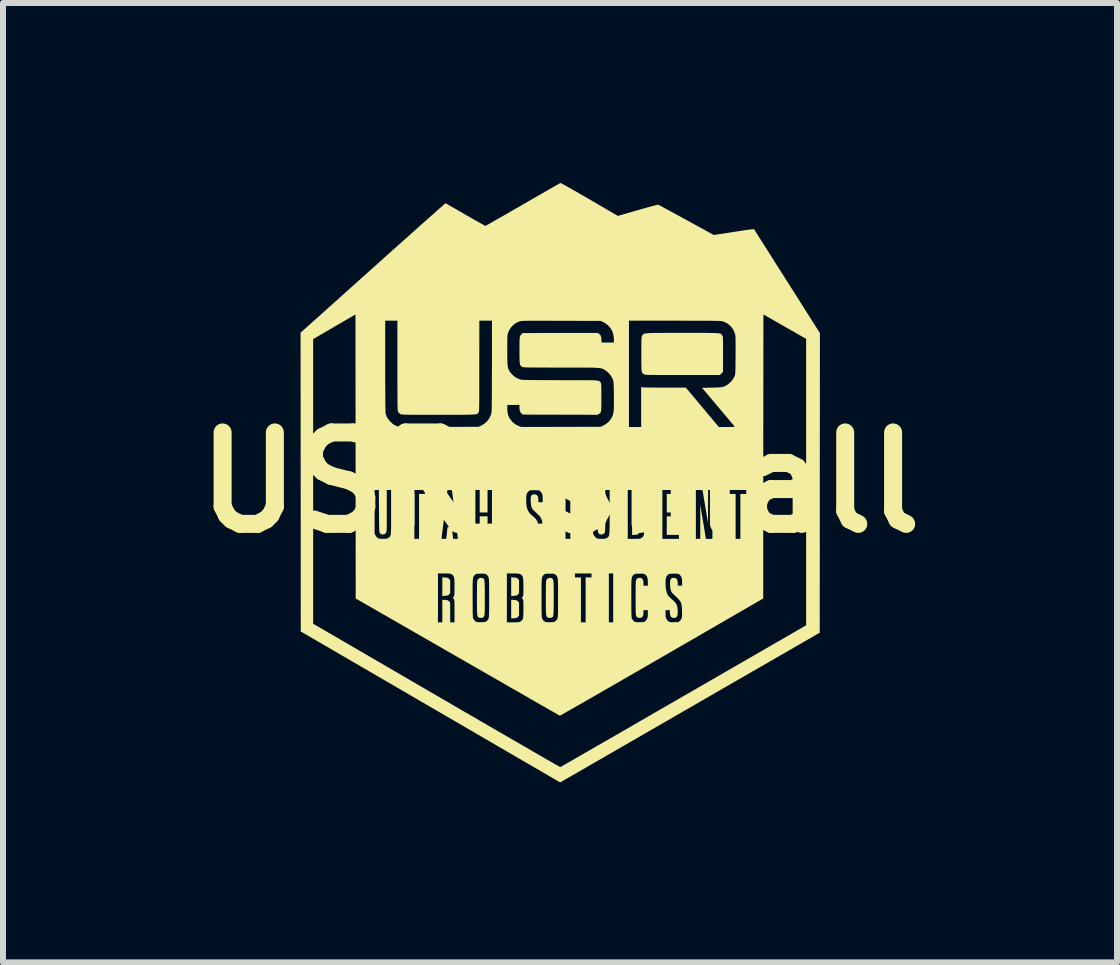
<source format=kicad_pcb>
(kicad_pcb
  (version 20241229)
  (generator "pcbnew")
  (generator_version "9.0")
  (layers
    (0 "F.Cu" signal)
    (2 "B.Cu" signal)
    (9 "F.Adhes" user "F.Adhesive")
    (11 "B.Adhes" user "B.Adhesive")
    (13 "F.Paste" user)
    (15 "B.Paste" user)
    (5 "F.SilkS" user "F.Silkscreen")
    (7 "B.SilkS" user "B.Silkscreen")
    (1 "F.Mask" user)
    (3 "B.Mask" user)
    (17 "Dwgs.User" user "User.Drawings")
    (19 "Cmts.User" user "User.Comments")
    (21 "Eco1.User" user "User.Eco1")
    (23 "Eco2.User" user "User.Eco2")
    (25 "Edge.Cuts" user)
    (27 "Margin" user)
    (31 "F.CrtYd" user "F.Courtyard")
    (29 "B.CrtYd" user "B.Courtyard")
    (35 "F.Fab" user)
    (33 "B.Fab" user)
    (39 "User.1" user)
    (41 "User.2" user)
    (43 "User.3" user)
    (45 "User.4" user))
  (footprint "USR_small"
    (layer "F.Cu")
    (at 6.285 4.993)
    (property "Reference" "USR_small" (at 0 0 0) (layer "F.SilkS") (effects (font (size 1.524 1.524) (thickness 0.3))))
    (attr board_only exclude_from_pos_files exclude_from_bom)
    (fp_poly (pts (xy -1.915 1.583) (xy -1.89 1.586) (xy -1.873 1.589) (xy -1.861 1.596) (xy -1.85 1.606) (xy -1.85 1.607) (xy -1.831 1.628) (xy -1.831 1.844) (xy -1.85 1.865) (xy -1.861 1.876) (xy -1.872 1.882) (xy -1.888 1.886) (xy -1.913 1.888) (xy -1.915 1.889) (xy -1.962 1.892) (xy -1.962 1.58)) (stroke (width 0) (type solid)) (fill yes) (layer "F.SilkS"))
    (fp_poly (pts (xy -0.767 1.583) (xy -0.741 1.586) (xy -0.724 1.589) (xy -0.713 1.596) (xy -0.702 1.606) (xy -0.701 1.607) (xy -0.683 1.628) (xy -0.683 1.844) (xy -0.701 1.865) (xy -0.712 1.876) (xy -0.724 1.882) (xy -0.74 1.886) (xy -0.764 1.888) (xy -0.767 1.889) (xy -0.814 1.892) (xy -0.814 1.58)) (stroke (width 0) (type solid)) (fill yes) (layer "F.SilkS"))
    (fp_poly (pts (xy -0.767 1.957) (xy -0.741 1.96) (xy -0.724 1.963) (xy -0.713 1.97) (xy -0.702 1.98) (xy -0.701 1.981) (xy -0.683 2.002) (xy -0.683 2.218) (xy -0.701 2.239) (xy -0.712 2.25) (xy -0.724 2.256) (xy -0.74 2.26) (xy -0.764 2.263) (xy -0.767 2.263) (xy -0.814 2.266) (xy -0.814 1.954)) (stroke (width 0) (type solid)) (fill yes) (layer "F.SilkS"))
    (fp_poly (pts (xy 1.248 0.192) (xy 1.274 0.194) (xy 1.29 0.198) (xy 1.302 0.204) (xy 1.313 0.215) (xy 1.314 0.216) (xy 1.332 0.236) (xy 1.332 0.827) (xy 1.314 0.847) (xy 1.303 0.858) (xy 1.291 0.865) (xy 1.275 0.869) (xy 1.251 0.871) (xy 1.248 0.871) (xy 1.201 0.875) (xy 1.201 0.189)) (stroke (width 0) (type solid)) (fill yes) (layer "F.SilkS"))
    (fp_poly (pts (xy -1.837 0.424) (xy -1.834 0.442) (xy -1.831 0.467) (xy -1.827 0.498) (xy -1.823 0.532) (xy -1.819 0.566) (xy -1.816 0.597) (xy -1.814 0.624) (xy -1.812 0.643) (xy -1.812 0.648) (xy -1.813 0.658) (xy -1.821 0.662) (xy -1.838 0.663) (xy -1.838 0.663) (xy -1.855 0.662) (xy -1.863 0.657) (xy -1.864 0.651) (xy -1.863 0.637) (xy -1.862 0.615) (xy -1.859 0.586) (xy -1.856 0.553) (xy -1.852 0.52) (xy -1.849 0.487) (xy -1.845 0.458) (xy -1.842 0.435) (xy -1.84 0.421) (xy -1.839 0.417)) (stroke (width 0) (type solid)) (fill yes) (layer "F.SilkS"))
    (fp_poly (pts (xy -1.286 1.595) (xy -1.279 1.599) (xy -1.272 1.605) (xy -1.267 1.612) (xy -1.263 1.622) (xy -1.26 1.637) (xy -1.258 1.657) (xy -1.256 1.684) (xy -1.255 1.719) (xy -1.254 1.762) (xy -1.254 1.816) (xy -1.254 1.881) (xy -1.254 1.923) (xy -1.254 1.995) (xy -1.254 2.055) (xy -1.254 2.104) (xy -1.255 2.144) (xy -1.257 2.175) (xy -1.258 2.199) (xy -1.261 2.216) (xy -1.265 2.229) (xy -1.269 2.238) (xy -1.275 2.244) (xy -1.282 2.249) (xy -1.286 2.251) (xy -1.305 2.256) (xy -1.329 2.257) (xy -1.35 2.253) (xy -1.354 2.251) (xy -1.361 2.246) (xy -1.367 2.241) (xy -1.372 2.233) (xy -1.376 2.223) (xy -1.379 2.208) (xy -1.381 2.187) (xy -1.383 2.16) (xy -1.384 2.125) (xy -1.384 2.081) (xy -1.385 2.026) (xy -1.385 1.961) (xy -1.385 1.923) (xy -1.385 1.844) (xy -1.384 1.778) (xy -1.384 1.725) (xy -1.382 1.683) (xy -1.381 1.653) (xy -1.379 1.634) (xy -1.378 1.626) (xy -1.36 1.604) (xy -1.336 1.591) (xy -1.309 1.588)) (stroke (width 0) (type solid)) (fill yes) (layer "F.SilkS"))
    (fp_poly (pts (xy -0.137 1.595) (xy -0.13 1.599) (xy -0.124 1.605) (xy -0.119 1.612) (xy -0.115 1.622) (xy -0.111 1.637) (xy -0.109 1.657) (xy -0.107 1.684) (xy -0.106 1.719) (xy -0.105 1.762) (xy -0.105 1.816) (xy -0.105 1.881) (xy -0.105 1.923) (xy -0.105 1.995) (xy -0.105 2.055) (xy -0.106 2.104) (xy -0.107 2.144) (xy -0.108 2.175) (xy -0.11 2.199) (xy -0.113 2.216) (xy -0.116 2.229) (xy -0.121 2.238) (xy -0.126 2.244) (xy -0.133 2.249) (xy -0.137 2.251) (xy -0.157 2.256) (xy -0.18 2.257) (xy -0.201 2.253) (xy -0.205 2.251) (xy -0.212 2.246) (xy -0.218 2.241) (xy -0.223 2.233) (xy -0.227 2.223) (xy -0.23 2.208) (xy -0.233 2.187) (xy -0.234 2.16) (xy -0.235 2.125) (xy -0.236 2.081) (xy -0.236 2.026) (xy -0.236 1.961) (xy -0.236 1.923) (xy -0.236 1.844) (xy -0.236 1.778) (xy -0.235 1.725) (xy -0.234 1.683) (xy -0.232 1.653) (xy -0.231 1.634) (xy -0.229 1.626) (xy -0.211 1.604) (xy -0.187 1.591) (xy -0.161 1.588)) (stroke (width 0) (type solid)) (fill yes) (layer "F.SilkS"))
    (fp_poly (pts (xy 2.322 -2.494) (xy 2.393 -2.494) (xy 2.454 -2.494) (xy 2.506 -2.493) (xy 2.549 -2.492) (xy 2.585 -2.491) (xy 2.614 -2.49) (xy 2.638 -2.488) (xy 2.656 -2.485) (xy 2.669 -2.482) (xy 2.679 -2.479) (xy 2.687 -2.475) (xy 2.692 -2.47) (xy 2.696 -2.465) (xy 2.7 -2.458) (xy 2.704 -2.452) (xy 2.707 -2.446) (xy 2.71 -2.44) (xy 2.712 -2.431) (xy 2.714 -2.42) (xy 2.715 -2.404) (xy 2.716 -2.382) (xy 2.716 -2.354) (xy 2.717 -2.317) (xy 2.717 -2.272) (xy 2.717 -2.215) (xy 2.717 -2.147) (xy 2.717 -1.843) (xy 2.666 -1.792) (xy 2.044 -1.792) (xy 1.939 -1.792) (xy 1.847 -1.792) (xy 1.767 -1.792) (xy 1.697 -1.792) (xy 1.637 -1.792) (xy 1.586 -1.793) (xy 1.543 -1.793) (xy 1.508 -1.793) (xy 1.48 -1.794) (xy 1.458 -1.795) (xy 1.44 -1.796) (xy 1.427 -1.797) (xy 1.418 -1.798) (xy 1.411 -1.8) (xy 1.405 -1.802) (xy 1.401 -1.804) (xy 1.4 -1.805) (xy 1.39 -1.811) (xy 1.381 -1.817) (xy 1.374 -1.824) (xy 1.368 -1.832) (xy 1.364 -1.845) (xy 1.361 -1.861) (xy 1.358 -1.883) (xy 1.357 -1.912) (xy 1.356 -1.949) (xy 1.355 -1.995) (xy 1.355 -2.052) (xy 1.355 -2.12) (xy 1.355 -2.139) (xy 1.355 -2.208) (xy 1.355 -2.265) (xy 1.356 -2.311) (xy 1.356 -2.348) (xy 1.357 -2.376) (xy 1.357 -2.398) (xy 1.359 -2.414) (xy 1.36 -2.426) (xy 1.363 -2.434) (xy 1.365 -2.441) (xy 1.369 -2.447) (xy 1.37 -2.449) (xy 1.375 -2.457) (xy 1.379 -2.463) (xy 1.383 -2.469) (xy 1.389 -2.474) (xy 1.397 -2.478) (xy 1.407 -2.482) (xy 1.422 -2.485) (xy 1.44 -2.487) (xy 1.464 -2.489) (xy 1.494 -2.491) (xy 1.53 -2.492) (xy 1.575 -2.493) (xy 1.627 -2.493) (xy 1.689 -2.494) (xy 1.761 -2.494) (xy 1.843 -2.494) (xy 1.937 -2.494) (xy 2.042 -2.494) (xy 2.147 -2.494) (xy 2.241 -2.494)) (stroke (width 0) (type solid)) (fill yes) (layer "F.SilkS"))
    (fp_poly (pts (xy 0.015 -4.99) (xy 0.032 -4.981) (xy 0.06 -4.966) (xy 0.097 -4.946) (xy 0.141 -4.921) (xy 0.194 -4.891) (xy 0.253 -4.858) (xy 0.318 -4.82) (xy 0.388 -4.78) (xy 0.462 -4.737) (xy 0.491 -4.72) (xy 0.964 -4.444) (xy 1.294 -4.539) (xy 1.371 -4.561) (xy 1.436 -4.58) (xy 1.49 -4.595) (xy 1.534 -4.607) (xy 1.569 -4.616) (xy 1.597 -4.623) (xy 1.617 -4.627) (xy 1.63 -4.629) (xy 1.639 -4.629) (xy 1.641 -4.629) (xy 1.649 -4.625) (xy 1.668 -4.615) (xy 1.696 -4.6) (xy 1.734 -4.58) (xy 1.779 -4.555) (xy 1.831 -4.527) (xy 1.889 -4.495) (xy 1.952 -4.461) (xy 2.02 -4.424) (xy 2.09 -4.385) (xy 2.11 -4.375) (xy 2.562 -4.126) (xy 2.896 -4.177) (xy 2.973 -4.189) (xy 3.037 -4.199) (xy 3.09 -4.206) (xy 3.134 -4.213) (xy 3.168 -4.217) (xy 3.194 -4.22) (xy 3.213 -4.222) (xy 3.225 -4.222) (xy 3.233 -4.221) (xy 3.236 -4.219) (xy 3.236 -4.219) (xy 3.24 -4.213) (xy 3.251 -4.196) (xy 3.268 -4.169) (xy 3.291 -4.133) (xy 3.319 -4.088) (xy 3.353 -4.035) (xy 3.391 -3.975) (xy 3.433 -3.908) (xy 3.48 -3.835) (xy 3.53 -3.756) (xy 3.583 -3.671) (xy 3.639 -3.583) (xy 3.698 -3.491) (xy 3.759 -3.395) (xy 3.787 -3.351) (xy 4.332 -2.491) (xy 4.33 0.006) (xy 4.329 2.503) (xy 3.485 2.99) (xy 3.395 3.042) (xy 3.294 3.1) (xy 3.184 3.163) (xy 3.066 3.232) (xy 2.94 3.304) (xy 2.808 3.38) (xy 2.671 3.459) (xy 2.53 3.541) (xy 2.386 3.624) (xy 2.24 3.708) (xy 2.092 3.793) (xy 1.945 3.878) (xy 1.798 3.963) (xy 1.654 4.046) (xy 1.512 4.128) (xy 1.375 4.207) (xy 1.322 4.238) (xy 0.002 4.999) (xy -4.322 2.483) (xy -4.322 2.354) (xy -4.115 2.354) (xy -2.059 3.55) (xy -1.907 3.638) (xy -1.758 3.725) (xy -1.612 3.81) (xy -1.47 3.892) (xy -1.332 3.972) (xy -1.198 4.05) (xy -1.069 4.125) (xy -0.946 4.196) (xy -0.828 4.265) (xy -0.716 4.329) (xy -0.611 4.39) (xy -0.512 4.447) (xy -0.421 4.5) (xy -0.338 4.548) (xy -0.263 4.591) (xy -0.196 4.63) (xy -0.138 4.663) (xy -0.09 4.691) (xy -0.051 4.713) (xy -0.022 4.729) (xy -0.004 4.74) (xy 0.004 4.743) (xy 0.004 4.744) (xy 0.01 4.74) (xy 0.027 4.73) (xy 0.055 4.715) (xy 0.093 4.693) (xy 0.14 4.666) (xy 0.197 4.633) (xy 0.263 4.595) (xy 0.337 4.552) (xy 0.42 4.505) (xy 0.51 4.453) (xy 0.608 4.396) (xy 0.713 4.336) (xy 0.824 4.272) (xy 0.941 4.205) (xy 1.064 4.134) (xy 1.192 4.06) (xy 1.325 3.983) (xy 1.463 3.903) (xy 1.605 3.821) (xy 1.751 3.737) (xy 1.899 3.652) (xy 2.051 3.564) (xy 2.057 3.561) (xy 4.102 2.38) (xy 4.102 -2.395) (xy 3.746 -2.598) (xy 3.39 -2.802) (xy 3.388 -0.434) (xy 3.387 1.933) (xy 1.696 2.911) (xy 1.558 2.991) (xy 1.423 3.069) (xy 1.291 3.145) (xy 1.163 3.218) (xy 1.04 3.29) (xy 0.921 3.358) (xy 0.807 3.424) (xy 0.699 3.486) (xy 0.597 3.545) (xy 0.501 3.6) (xy 0.412 3.651) (xy 0.331 3.698) (xy 0.257 3.74) (xy 0.192 3.777) (xy 0.135 3.809) (xy 0.088 3.836) (xy 0.05 3.858) (xy 0.022 3.874) (xy 0.004 3.883) (xy -0.002 3.887) (xy -0.002 3.887) (xy -0.009 3.883) (xy -0.026 3.874) (xy -0.053 3.858) (xy -0.091 3.836) (xy -0.139 3.809) (xy -0.195 3.777) (xy -0.26 3.74) (xy -0.334 3.698) (xy -0.415 3.651) (xy -0.504 3.6) (xy -0.599 3.545) (xy -0.701 3.487) (xy -0.81 3.425) (xy -0.923 3.359) (xy -1.042 3.291) (xy -1.166 3.22) (xy -1.294 3.146) (xy -1.426 3.071) (xy -1.561 2.993) (xy -1.699 2.914) (xy -1.708 2.909) (xy -2.715 2.33) (xy -2.035 2.33) (xy -1.962 2.33) (xy -1.962 1.954) (xy -1.915 1.957) (xy -1.89 1.96) (xy -1.873 1.963) (xy -1.861 1.97) (xy -1.85 1.98) (xy -1.85 1.981) (xy -1.831 2.002) (xy -1.831 2.33) (xy -1.759 2.33) (xy -0.886 2.33) (xy -0.783 2.33) (xy -0.743 2.33) (xy -0.715 2.329) (xy -0.695 2.328) (xy -0.68 2.326) (xy -0.67 2.322) (xy -0.661 2.317) (xy -0.656 2.314) (xy -0.642 2.304) (xy -0.631 2.294) (xy -0.624 2.281) (xy -0.618 2.264) (xy -0.614 2.242) (xy -0.612 2.212) (xy -0.611 2.173) (xy -0.61 2.124) (xy -0.61 2.105) (xy -0.61 2.057) (xy -0.611 2.021) (xy -0.611 1.994) (xy -0.613 1.974) (xy -0.614 1.961) (xy -0.617 1.952) (xy -0.621 1.945) (xy -0.624 1.94) (xy -0.638 1.923) (xy -0.637 1.922) (xy -0.308 1.922) (xy -0.308 2.008) (xy -0.308 2.082) (xy -0.307 2.143) (xy -0.306 2.192) (xy -0.305 2.228) (xy -0.303 2.252) (xy -0.301 2.262) (xy -0.29 2.283) (xy -0.272 2.304) (xy -0.253 2.32) (xy -0.246 2.324) (xy -0.234 2.326) (xy -0.213 2.328) (xy -0.185 2.328) (xy -0.163 2.328) (xy -0.132 2.327) (xy -0.11 2.326) (xy -0.096 2.323) (xy -0.086 2.319) (xy -0.077 2.311) (xy -0.072 2.307) (xy -0.063 2.299) (xy -0.056 2.291) (xy -0.05 2.283) (xy -0.045 2.272) (xy -0.041 2.259) (xy -0.038 2.241) (xy -0.036 2.219) (xy -0.035 2.189) (xy -0.034 2.152) (xy -0.033 2.107) (xy -0.033 2.051) (xy -0.033 1.984) (xy -0.033 1.923) (xy -0.033 1.847) (xy -0.033 1.782) (xy -0.033 1.729) (xy -0.034 1.685) (xy -0.035 1.65) (xy -0.037 1.622) (xy -0.039 1.601) (xy -0.042 1.584) (xy -0.043 1.582) (xy 0.249 1.582) (xy 0.348 1.582) (xy 0.348 2.33) (xy 0.427 2.33) (xy 0.814 2.33) (xy 0.886 2.33) (xy 0.886 1.922) (xy 1.188 1.922) (xy 1.188 2.008) (xy 1.189 2.082) (xy 1.189 2.143) (xy 1.19 2.192) (xy 1.192 2.228) (xy 1.193 2.252) (xy 1.195 2.262) (xy 1.207 2.283) (xy 1.224 2.304) (xy 1.243 2.32) (xy 1.25 2.324) (xy 1.262 2.326) (xy 1.284 2.328) (xy 1.312 2.328) (xy 1.334 2.328) (xy 1.365 2.327) (xy 1.386 2.326) (xy 1.4 2.323) (xy 1.411 2.319) (xy 1.42 2.311) (xy 1.425 2.307) (xy 1.442 2.287) (xy 1.454 2.266) (xy 1.461 2.239) (xy 1.463 2.204) (xy 1.464 2.186) (xy 1.464 2.185) (xy 1.759 2.185) (xy 1.76 2.223) (xy 1.764 2.251) (xy 1.771 2.272) (xy 1.783 2.29) (xy 1.791 2.299) (xy 1.804 2.312) (xy 1.817 2.321) (xy 1.833 2.326) (xy 1.855 2.328) (xy 1.885 2.329) (xy 1.905 2.328) (xy 1.975 2.327) (xy 1.998 2.304) (xy 2.012 2.289) (xy 2.022 2.274) (xy 2.029 2.255) (xy 2.033 2.232) (xy 2.034 2.201) (xy 2.034 2.16) (xy 2.033 2.14) (xy 2.031 2.094) (xy 2.028 2.056) (xy 2.022 2.025) (xy 2.013 1.998) (xy 1.998 1.972) (xy 1.978 1.947) (xy 1.951 1.918) (xy 1.915 1.884) (xy 1.895 1.866) (xy 1.873 1.845) (xy 1.857 1.823) (xy 1.847 1.798) (xy 1.84 1.768) (xy 1.836 1.728) (xy 1.835 1.715) (xy 1.834 1.67) (xy 1.837 1.636) (xy 1.845 1.612) (xy 1.858 1.597) (xy 1.878 1.59) (xy 1.897 1.588) (xy 1.925 1.593) (xy 1.945 1.608) (xy 1.957 1.634) (xy 1.962 1.67) (xy 1.962 1.68) (xy 1.962 1.72) (xy 2.035 1.72) (xy 2.035 1.66) (xy 2.033 1.621) (xy 2.028 1.591) (xy 2.019 1.568) (xy 2.004 1.548) (xy 1.996 1.539) (xy 1.986 1.531) (xy 1.978 1.525) (xy 1.967 1.522) (xy 1.951 1.52) (xy 1.928 1.519) (xy 1.897 1.519) (xy 1.864 1.52) (xy 1.841 1.52) (xy 1.826 1.522) (xy 1.815 1.525) (xy 1.807 1.531) (xy 1.798 1.539) (xy 1.782 1.556) (xy 1.772 1.573) (xy 1.765 1.594) (xy 1.761 1.622) (xy 1.759 1.658) (xy 1.759 1.678) (xy 1.761 1.742) (xy 1.768 1.795) (xy 1.78 1.839) (xy 1.797 1.876) (xy 1.821 1.907) (xy 1.846 1.931) (xy 1.884 1.963) (xy 1.912 1.991) (xy 1.932 2.016) (xy 1.946 2.042) (xy 1.955 2.07) (xy 1.959 2.103) (xy 1.961 2.134) (xy 1.961 2.178) (xy 1.957 2.212) (xy 1.948 2.236) (xy 1.933 2.25) (xy 1.911 2.257) (xy 1.897 2.258) (xy 1.869 2.253) (xy 1.849 2.238) (xy 1.837 2.212) (xy 1.831 2.176) (xy 1.831 2.166) (xy 1.831 2.127) (xy 1.759 2.127) (xy 1.759 2.185) (xy 1.464 2.185) (xy 1.464 2.127) (xy 1.391 2.127) (xy 1.391 2.166) (xy 1.388 2.205) (xy 1.377 2.233) (xy 1.359 2.25) (xy 1.333 2.258) (xy 1.326 2.258) (xy 1.299 2.253) (xy 1.279 2.239) (xy 1.27 2.225) (xy 1.268 2.219) (xy 1.266 2.209) (xy 1.264 2.195) (xy 1.263 2.175) (xy 1.262 2.149) (xy 1.261 2.115) (xy 1.261 2.071) (xy 1.26 2.018) (xy 1.26 1.952) (xy 1.26 1.923) (xy 1.26 1.853) (xy 1.26 1.795) (xy 1.261 1.747) (xy 1.261 1.71) (xy 1.262 1.68) (xy 1.263 1.658) (xy 1.265 1.642) (xy 1.267 1.631) (xy 1.269 1.623) (xy 1.27 1.621) (xy 1.286 1.6) (xy 1.309 1.59) (xy 1.326 1.588) (xy 1.354 1.593) (xy 1.374 1.608) (xy 1.386 1.634) (xy 1.391 1.67) (xy 1.391 1.68) (xy 1.391 1.72) (xy 1.464 1.72) (xy 1.464 1.66) (xy 1.462 1.621) (xy 1.457 1.591) (xy 1.448 1.568) (xy 1.433 1.548) (xy 1.425 1.539) (xy 1.415 1.531) (xy 1.407 1.525) (xy 1.396 1.522) (xy 1.38 1.52) (xy 1.357 1.519) (xy 1.326 1.519) (xy 1.293 1.52) (xy 1.27 1.52) (xy 1.255 1.522) (xy 1.244 1.525) (xy 1.236 1.531) (xy 1.227 1.539) (xy 1.218 1.547) (xy 1.211 1.555) (xy 1.205 1.563) (xy 1.2 1.574) (xy 1.197 1.587) (xy 1.194 1.605) (xy 1.191 1.628) (xy 1.19 1.657) (xy 1.189 1.694) (xy 1.188 1.74) (xy 1.188 1.795) (xy 1.188 1.862) (xy 1.188 1.922) (xy 0.886 1.922) (xy 0.886 1.516) (xy 0.814 1.516) (xy 0.814 2.33) (xy 0.427 2.33) (xy 0.427 1.582) (xy 0.525 1.582) (xy 0.525 1.516) (xy 0.249 1.516) (xy 0.249 1.582) (xy -0.043 1.582) (xy -0.046 1.571) (xy -0.051 1.562) (xy -0.057 1.553) (xy -0.065 1.546) (xy -0.072 1.539) (xy -0.081 1.531) (xy -0.09 1.525) (xy -0.1 1.522) (xy -0.116 1.52) (xy -0.139 1.519) (xy -0.171 1.519) (xy -0.204 1.52) (xy -0.227 1.52) (xy -0.242 1.522) (xy -0.252 1.525) (xy -0.261 1.531) (xy -0.269 1.539) (xy -0.278 1.547) (xy -0.285 1.555) (xy -0.291 1.563) (xy -0.296 1.574) (xy -0.3 1.587) (xy -0.303 1.605) (xy -0.305 1.628) (xy -0.307 1.657) (xy -0.308 1.694) (xy -0.308 1.74) (xy -0.308 1.795) (xy -0.308 1.862) (xy -0.308 1.922) (xy -0.637 1.922) (xy -0.624 1.906) (xy -0.62 1.899) (xy -0.616 1.892) (xy -0.614 1.882) (xy -0.612 1.867) (xy -0.611 1.845) (xy -0.611 1.816) (xy -0.61 1.776) (xy -0.61 1.741) (xy -0.611 1.687) (xy -0.612 1.644) (xy -0.614 1.611) (xy -0.618 1.586) (xy -0.623 1.567) (xy -0.631 1.553) (xy -0.642 1.542) (xy -0.656 1.532) (xy -0.659 1.53) (xy -0.668 1.525) (xy -0.679 1.521) (xy -0.693 1.518) (xy -0.713 1.517) (xy -0.741 1.516) (xy -0.78 1.516) (xy -0.783 1.516) (xy -0.886 1.516) (xy -0.886 2.33) (xy -1.759 2.33) (xy -1.759 2.144) (xy -1.759 2.089) (xy -1.759 2.047) (xy -1.76 2.014) (xy -1.76 1.989) (xy -1.762 1.972) (xy -1.764 1.96) (xy -1.766 1.951) (xy -1.769 1.945) (xy -1.773 1.94) (xy -1.786 1.923) (xy -1.786 1.922) (xy -1.457 1.922) (xy -1.457 2.008) (xy -1.456 2.082) (xy -1.456 2.143) (xy -1.455 2.192) (xy -1.453 2.228) (xy -1.452 2.252) (xy -1.45 2.262) (xy -1.438 2.283) (xy -1.421 2.304) (xy -1.402 2.32) (xy -1.395 2.324) (xy -1.383 2.326) (xy -1.361 2.328) (xy -1.334 2.328) (xy -1.311 2.328) (xy -1.28 2.327) (xy -1.259 2.326) (xy -1.245 2.323) (xy -1.234 2.319) (xy -1.225 2.311) (xy -1.22 2.307) (xy -1.212 2.299) (xy -1.205 2.291) (xy -1.199 2.283) (xy -1.194 2.272) (xy -1.19 2.259) (xy -1.187 2.241) (xy -1.185 2.219) (xy -1.183 2.189) (xy -1.182 2.152) (xy -1.182 2.107) (xy -1.181 2.051) (xy -1.181 1.984) (xy -1.181 1.923) (xy -1.181 1.847) (xy -1.182 1.782) (xy -1.182 1.729) (xy -1.182 1.685) (xy -1.184 1.65) (xy -1.185 1.622) (xy -1.188 1.601) (xy -1.191 1.584) (xy -1.195 1.571) (xy -1.2 1.562) (xy -1.206 1.553) (xy -1.214 1.546) (xy -1.22 1.539) (xy -1.23 1.531) (xy -1.238 1.525) (xy -1.249 1.522) (xy -1.265 1.52) (xy -1.288 1.519) (xy -1.319 1.519) (xy -1.352 1.52) (xy -1.375 1.52) (xy -1.39 1.522) (xy -1.401 1.525) (xy -1.409 1.531) (xy -1.418 1.539) (xy -1.427 1.547) (xy -1.434 1.555) (xy -1.44 1.563) (xy -1.445 1.574) (xy -1.449 1.587) (xy -1.451 1.605) (xy -1.454 1.628) (xy -1.455 1.657) (xy -1.456 1.694) (xy -1.457 1.74) (xy -1.457 1.795) (xy -1.457 1.862) (xy -1.457 1.922) (xy -1.786 1.922) (xy -1.773 1.906) (xy -1.768 1.899) (xy -1.765 1.892) (xy -1.762 1.882) (xy -1.761 1.867) (xy -1.76 1.845) (xy -1.759 1.816) (xy -1.759 1.776) (xy -1.759 1.741) (xy -1.759 1.687) (xy -1.76 1.644) (xy -1.762 1.611) (xy -1.766 1.586) (xy -1.772 1.567) (xy -1.78 1.553) (xy -1.79 1.542) (xy -1.804 1.532) (xy -1.807 1.53) (xy -1.817 1.525) (xy -1.828 1.521) (xy -1.842 1.518) (xy -1.862 1.517) (xy -1.89 1.516) (xy -1.928 1.516) (xy -1.932 1.516) (xy -2.035 1.516) (xy -2.035 2.33) (xy -2.715 2.33) (xy -3.406 1.933) (xy -3.407 0.85) (xy -3.091 0.85) (xy -3.077 0.88) (xy -3.063 0.901) (xy -3.046 0.919) (xy -3.039 0.924) (xy -3.027 0.931) (xy -3.014 0.935) (xy -2.997 0.937) (xy -2.972 0.938) (xy -2.951 0.939) (xy -2.919 0.938) (xy -2.898 0.937) (xy -2.883 0.934) (xy -2.871 0.929) (xy -2.861 0.923) (xy -2.851 0.916) (xy -2.844 0.91) (xy -2.837 0.904) (xy -2.831 0.895) (xy -2.827 0.884) (xy -2.823 0.869) (xy -2.821 0.849) (xy -2.819 0.823) (xy -2.817 0.79) (xy -2.816 0.749) (xy -2.816 0.699) (xy -2.816 0.639) (xy -2.816 0.568) (xy -2.816 0.493) (xy -2.816 0.19) (xy -2.527 0.19) (xy -2.428 0.19) (xy -2.428 0.939) (xy -2.35 0.939) (xy -2.35 0.936) (xy -1.976 0.936) (xy -1.97 0.937) (xy -1.954 0.938) (xy -1.937 0.939) (xy -1.898 0.939) (xy -1.894 0.911) (xy -1.891 0.887) (xy -1.887 0.858) (xy -1.884 0.827) (xy -1.881 0.798) (xy -1.879 0.773) (xy -1.877 0.757) (xy -1.877 0.753) (xy -1.875 0.747) (xy -1.867 0.743) (xy -1.85 0.742) (xy -1.839 0.742) (xy -1.8 0.742) (xy -1.792 0.84) (xy -1.783 0.939) (xy -1.702 0.939) (xy -1.411 0.939) (xy -1.339 0.939) (xy -1.339 0.564) (xy -1.208 0.564) (xy -1.208 0.939) (xy -1.135 0.939) (xy -1.135 0.794) (xy -0.564 0.794) (xy -0.563 0.831) (xy -0.56 0.859) (xy -0.553 0.881) (xy -0.541 0.899) (xy -0.533 0.908) (xy -0.52 0.921) (xy -0.507 0.929) (xy -0.491 0.934) (xy -0.469 0.937) (xy -0.438 0.937) (xy -0.419 0.937) (xy -0.349 0.935) (xy -0.325 0.913) (xy -0.311 0.898) (xy -0.301 0.882) (xy -0.295 0.864) (xy -0.291 0.84) (xy -0.289 0.809) (xy -0.29 0.769) (xy -0.29 0.749) (xy -0.292 0.702) (xy -0.296 0.665) (xy -0.301 0.633) (xy -0.311 0.606) (xy -0.325 0.581) (xy -0.345 0.555) (xy -0.373 0.527) (xy -0.409 0.493) (xy -0.428 0.475) (xy -0.45 0.453) (xy -0.466 0.432) (xy -0.477 0.407) (xy -0.483 0.376) (xy -0.488 0.337) (xy -0.488 0.324) (xy -0.49 0.278) (xy -0.487 0.245) (xy -0.479 0.221) (xy -0.465 0.206) (xy -0.446 0.198) (xy -0.427 0.197) (xy -0.399 0.202) (xy -0.379 0.217) (xy -0.366 0.242) (xy -0.361 0.279) (xy -0.361 0.288) (xy -0.361 0.328) (xy -0.289 0.328) (xy -0.289 0.269) (xy -0.29 0.229) (xy -0.295 0.2) (xy -0.299 0.19) (xy -0.007 0.19) (xy 0.092 0.19) (xy 0.092 0.939) (xy 0.171 0.939) (xy 0.171 0.85) (xy 0.551 0.85) (xy 0.566 0.88) (xy 0.58 0.901) (xy 0.597 0.919) (xy 0.603 0.924) (xy 0.615 0.931) (xy 0.628 0.935) (xy 0.646 0.937) (xy 0.671 0.938) (xy 0.692 0.939) (xy 1.129 0.939) (xy 1.232 0.939) (xy 1.706 0.939) (xy 1.982 0.939) (xy 2.264 0.939) (xy 2.337 0.939) (xy 2.338 0.371) (xy 2.362 0.519) (xy 2.371 0.573) (xy 2.381 0.633) (xy 2.392 0.695) (xy 2.401 0.754) (xy 2.409 0.802) (xy 2.431 0.939) (xy 2.54 0.939) (xy 2.54 0.19) (xy 2.829 0.19) (xy 2.927 0.19) (xy 2.927 0.939) (xy 3.006 0.939) (xy 3.006 0.19) (xy 3.104 0.19) (xy 3.104 0.125) (xy 2.829 0.125) (xy 2.829 0.19) (xy 2.54 0.19) (xy 2.54 0.125) (xy 2.468 0.125) (xy 2.467 0.402) (xy 2.467 0.679) (xy 2.422 0.407) (xy 2.412 0.349) (xy 2.403 0.295) (xy 2.395 0.246) (xy 2.388 0.204) (xy 2.383 0.17) (xy 2.379 0.145) (xy 2.377 0.132) (xy 2.376 0.13) (xy 2.37 0.127) (xy 2.354 0.126) (xy 2.33 0.125) (xy 2.32 0.125) (xy 2.264 0.125) (xy 2.264 0.939) (xy 1.982 0.939) (xy 1.982 0.873) (xy 1.779 0.873) (xy 1.779 0.564) (xy 1.982 0.564) (xy 1.982 0.499) (xy 1.779 0.499) (xy 1.779 0.19) (xy 1.982 0.19) (xy 1.982 0.125) (xy 1.706 0.125) (xy 1.706 0.939) (xy 1.232 0.939) (xy 1.272 0.938) (xy 1.3 0.938) (xy 1.32 0.937) (xy 1.334 0.935) (xy 1.345 0.931) (xy 1.354 0.926) (xy 1.359 0.923) (xy 1.369 0.916) (xy 1.377 0.909) (xy 1.384 0.902) (xy 1.39 0.893) (xy 1.394 0.881) (xy 1.398 0.864) (xy 1.4 0.843) (xy 1.402 0.814) (xy 1.403 0.779) (xy 1.404 0.735) (xy 1.404 0.681) (xy 1.405 0.616) (xy 1.405 0.54) (xy 1.405 0.532) (xy 1.405 0.458) (xy 1.404 0.395) (xy 1.404 0.344) (xy 1.404 0.302) (xy 1.403 0.268) (xy 1.403 0.242) (xy 1.402 0.222) (xy 1.4 0.208) (xy 1.398 0.197) (xy 1.396 0.188) (xy 1.394 0.182) (xy 1.392 0.178) (xy 1.381 0.159) (xy 1.369 0.146) (xy 1.353 0.136) (xy 1.332 0.13) (xy 1.304 0.126) (xy 1.266 0.125) (xy 1.231 0.125) (xy 1.129 0.125) (xy 1.129 0.939) (xy 0.692 0.939) (xy 0.723 0.938) (xy 0.745 0.937) (xy 0.76 0.934) (xy 0.772 0.929) (xy 0.782 0.923) (xy 0.791 0.916) (xy 0.799 0.91) (xy 0.806 0.904) (xy 0.811 0.895) (xy 0.816 0.884) (xy 0.819 0.869) (xy 0.822 0.849) (xy 0.824 0.823) (xy 0.825 0.79) (xy 0.826 0.749) (xy 0.827 0.699) (xy 0.827 0.639) (xy 0.827 0.568) (xy 0.827 0.493) (xy 0.827 0.125) (xy 0.755 0.125) (xy 0.755 0.47) (xy 0.755 0.547) (xy 0.755 0.613) (xy 0.754 0.668) (xy 0.754 0.712) (xy 0.753 0.748) (xy 0.752 0.776) (xy 0.751 0.797) (xy 0.75 0.813) (xy 0.748 0.824) (xy 0.746 0.831) (xy 0.745 0.834) (xy 0.727 0.855) (xy 0.704 0.866) (xy 0.676 0.865) (xy 0.661 0.859) (xy 0.654 0.856) (xy 0.648 0.852) (xy 0.642 0.847) (xy 0.638 0.84) (xy 0.635 0.829) (xy 0.632 0.814) (xy 0.63 0.793) (xy 0.628 0.766) (xy 0.627 0.731) (xy 0.626 0.687) (xy 0.626 0.634) (xy 0.625 0.57) (xy 0.625 0.494) (xy 0.625 0.474) (xy 0.623 0.125) (xy 0.551 0.125) (xy 0.551 0.85) (xy 0.171 0.85) (xy 0.171 0.19) (xy 0.269 0.19) (xy 0.269 0.125) (xy -0.007 0.125) (xy -0.007 0.19) (xy -0.299 0.19) (xy -0.304 0.176) (xy -0.319 0.156) (xy -0.328 0.148) (xy -0.337 0.139) (xy -0.346 0.134) (xy -0.356 0.13) (xy -0.372 0.129) (xy -0.395 0.128) (xy -0.427 0.128) (xy -0.46 0.128) (xy -0.482 0.129) (xy -0.498 0.131) (xy -0.508 0.134) (xy -0.517 0.14) (xy -0.525 0.148) (xy -0.541 0.164) (xy -0.552 0.182) (xy -0.559 0.203) (xy -0.563 0.23) (xy -0.564 0.267) (xy -0.564 0.287) (xy -0.562 0.351) (xy -0.556 0.403) (xy -0.544 0.447) (xy -0.526 0.484) (xy -0.503 0.516) (xy -0.478 0.54) (xy -0.44 0.572) (xy -0.411 0.599) (xy -0.391 0.625) (xy -0.377 0.65) (xy -0.369 0.678) (xy -0.364 0.712) (xy -0.362 0.742) (xy -0.362 0.787) (xy -0.366 0.821) (xy -0.376 0.844) (xy -0.391 0.859) (xy -0.412 0.865) (xy -0.427 0.866) (xy -0.454 0.861) (xy -0.474 0.846) (xy -0.487 0.821) (xy -0.492 0.785) (xy -0.492 0.775) (xy -0.492 0.735) (xy -0.564 0.735) (xy -0.564 0.794) (xy -1.135 0.794) (xy -1.135 0.125) (xy -1.208 0.125) (xy -1.208 0.499) (xy -1.339 0.499) (xy -1.339 0.125) (xy -1.411 0.125) (xy -1.411 0.939) (xy -1.702 0.939) (xy -1.724 0.76) (xy -1.731 0.706) (xy -1.739 0.643) (xy -1.747 0.575) (xy -1.756 0.503) (xy -1.764 0.433) (xy -1.772 0.368) (xy -1.774 0.354) (xy -1.802 0.128) (xy -1.839 0.126) (xy -1.86 0.126) (xy -1.873 0.127) (xy -1.877 0.129) (xy -1.878 0.137) (xy -1.88 0.156) (xy -1.884 0.186) (xy -1.889 0.225) (xy -1.894 0.273) (xy -1.901 0.329) (xy -1.909 0.39) (xy -1.917 0.457) (xy -1.926 0.528) (xy -1.926 0.534) (xy -1.935 0.605) (xy -1.943 0.672) (xy -1.951 0.734) (xy -1.958 0.79) (xy -1.964 0.838) (xy -1.969 0.878) (xy -1.972 0.909) (xy -1.975 0.928) (xy -1.976 0.936) (xy -1.976 0.936) (xy -2.35 0.936) (xy -2.35 0.19) (xy -2.251 0.19) (xy -2.251 0.125) (xy -2.527 0.125) (xy -2.527 0.19) (xy -2.816 0.19) (xy -2.816 0.125) (xy -2.888 0.125) (xy -2.888 0.47) (xy -2.888 0.547) (xy -2.888 0.613) (xy -2.888 0.668) (xy -2.889 0.712) (xy -2.889 0.748) (xy -2.89 0.776) (xy -2.891 0.797) (xy -2.893 0.813) (xy -2.895 0.824) (xy -2.897 0.831) (xy -2.898 0.834) (xy -2.915 0.855) (xy -2.939 0.866) (xy -2.966 0.865) (xy -2.981 0.859) (xy -2.989 0.856) (xy -2.995 0.852) (xy -3 0.847) (xy -3.004 0.84) (xy -3.008 0.829) (xy -3.011 0.814) (xy -3.013 0.793) (xy -3.014 0.766) (xy -3.015 0.731) (xy -3.016 0.687) (xy -3.017 0.634) (xy -3.017 0.57) (xy -3.018 0.494) (xy -3.018 0.474) (xy -3.02 0.125) (xy -3.091 0.125) (xy -3.091 0.85) (xy -3.407 0.85) (xy -3.408 -0.434) (xy -3.408 -0.925) (xy 1.149 -0.925) (xy 1.352 -0.925) (xy 1.352 -1.59) (xy 1.392 -1.586) (xy 1.407 -1.585) (xy 1.433 -1.584) (xy 1.469 -1.584) (xy 1.515 -1.583) (xy 1.567 -1.583) (xy 1.626 -1.582) (xy 1.689 -1.582) (xy 1.755 -1.582) (xy 1.765 -1.582) (xy 2.097 -1.582) (xy 2.648 -0.925) (xy 2.782 -0.925) (xy 2.829 -0.926) (xy 2.865 -0.926) (xy 2.889 -0.927) (xy 2.904 -0.929) (xy 2.91 -0.931) (xy 2.91 -0.933) (xy 2.905 -0.939) (xy 2.893 -0.955) (xy 2.873 -0.978) (xy 2.847 -1.009) (xy 2.815 -1.047) (xy 2.779 -1.09) (xy 2.738 -1.139) (xy 2.694 -1.191) (xy 2.648 -1.246) (xy 2.636 -1.26) (xy 2.367 -1.578) (xy 2.531 -1.582) (xy 2.583 -1.583) (xy 2.623 -1.584) (xy 2.654 -1.586) (xy 2.678 -1.588) (xy 2.697 -1.59) (xy 2.712 -1.593) (xy 2.725 -1.597) (xy 2.733 -1.6) (xy 2.783 -1.625) (xy 2.829 -1.661) (xy 2.869 -1.704) (xy 2.901 -1.753) (xy 2.91 -1.773) (xy 2.913 -1.782) (xy 2.916 -1.79) (xy 2.918 -1.8) (xy 2.92 -1.813) (xy 2.921 -1.829) (xy 2.922 -1.851) (xy 2.923 -1.878) (xy 2.924 -1.913) (xy 2.925 -1.957) (xy 2.925 -2.011) (xy 2.926 -2.076) (xy 2.926 -2.122) (xy 2.926 -2.196) (xy 2.927 -2.259) (xy 2.926 -2.311) (xy 2.926 -2.353) (xy 2.926 -2.387) (xy 2.925 -2.414) (xy 2.924 -2.435) (xy 2.922 -2.452) (xy 2.92 -2.465) (xy 2.917 -2.476) (xy 2.897 -2.531) (xy 2.865 -2.581) (xy 2.825 -2.625) (xy 2.777 -2.659) (xy 2.723 -2.683) (xy 2.708 -2.687) (xy 2.7 -2.689) (xy 2.691 -2.69) (xy 2.678 -2.692) (xy 2.662 -2.693) (xy 2.641 -2.694) (xy 2.615 -2.694) (xy 2.583 -2.695) (xy 2.545 -2.696) (xy 2.499 -2.696) (xy 2.445 -2.697) (xy 2.382 -2.697) (xy 2.31 -2.697) (xy 2.228 -2.697) (xy 2.134 -2.697) (xy 2.03 -2.698) (xy 1.912 -2.698) (xy 1.149 -2.698) (xy 1.149 -0.925) (xy -3.408 -0.925) (xy -3.41 -2.698) (xy -2.914 -2.698) (xy -2.914 -1.938) (xy -2.914 -1.815) (xy -2.914 -1.701) (xy -2.913 -1.596) (xy -2.913 -1.502) (xy -2.912 -1.417) (xy -2.912 -1.344) (xy -2.911 -1.282) (xy -2.91 -1.231) (xy -2.91 -1.192) (xy -2.909 -1.165) (xy -2.908 -1.151) (xy -2.907 -1.15) (xy -2.892 -1.103) (xy -2.866 -1.06) (xy -2.834 -1.02) (xy -2.803 -0.99) (xy -2.776 -0.968) (xy -2.748 -0.952) (xy -2.715 -0.939) (xy -2.712 -0.938) (xy -2.705 -0.936) (xy -2.698 -0.934) (xy -2.688 -0.933) (xy -2.677 -0.931) (xy -2.662 -0.93) (xy -2.642 -0.929) (xy -2.618 -0.929) (xy -2.589 -0.928) (xy -2.553 -0.928) (xy -2.509 -0.927) (xy -2.458 -0.927) (xy -2.397 -0.927) (xy -2.327 -0.927) (xy -2.246 -0.927) (xy -2.155 -0.927) (xy -2.051 -0.927) (xy -2.015 -0.927) (xy -1.355 -0.929) (xy -1.313 -0.949) (xy -1.261 -0.98) (xy -1.216 -1.021) (xy -1.18 -1.069) (xy -1.154 -1.123) (xy -1.142 -1.168) (xy -1.141 -1.18) (xy -1.14 -1.205) (xy -1.139 -1.231) (xy -0.879 -1.231) (xy -0.876 -1.172) (xy -0.864 -1.121) (xy -0.844 -1.075) (xy -0.824 -1.046) (xy -0.782 -0.999) (xy -0.733 -0.963) (xy -0.687 -0.941) (xy -0.646 -0.926) (xy 0.679 -0.929) (xy 0.724 -0.95) (xy 0.769 -0.977) (xy 0.811 -1.013) (xy 0.845 -1.055) (xy 0.866 -1.091) (xy 0.875 -1.111) (xy 0.882 -1.131) (xy 0.887 -1.153) (xy 0.892 -1.178) (xy 0.895 -1.208) (xy 0.897 -1.244) (xy 0.898 -1.288) (xy 0.898 -1.342) (xy 0.898 -1.406) (xy 0.898 -1.452) (xy 0.897 -1.513) (xy 0.896 -1.562) (xy 0.895 -1.601) (xy 0.894 -1.632) (xy 0.893 -1.656) (xy 0.891 -1.674) (xy 0.889 -1.688) (xy 0.886 -1.7) (xy 0.883 -1.711) (xy 0.881 -1.715) (xy 0.87 -1.741) (xy 0.855 -1.768) (xy 0.847 -1.781) (xy 0.826 -1.807) (xy 0.799 -1.835) (xy 0.769 -1.861) (xy 0.742 -1.88) (xy 0.734 -1.884) (xy 0.724 -1.889) (xy 0.714 -1.894) (xy 0.703 -1.898) (xy 0.691 -1.902) (xy 0.677 -1.905) (xy 0.661 -1.907) (xy 0.64 -1.909) (xy 0.615 -1.911) (xy 0.584 -1.913) (xy 0.547 -1.914) (xy 0.503 -1.915) (xy 0.452 -1.915) (xy 0.391 -1.916) (xy 0.321 -1.916) (xy 0.241 -1.916) (xy 0.149 -1.916) (xy 0.045 -1.916) (xy 0.007 -1.916) (xy -0.097 -1.916) (xy -0.188 -1.916) (xy -0.269 -1.917) (xy -0.338 -1.917) (xy -0.398 -1.917) (xy -0.448 -1.917) (xy -0.491 -1.918) (xy -0.525 -1.918) (xy -0.554 -1.919) (xy -0.576 -1.919) (xy -0.593 -1.92) (xy -0.606 -1.922) (xy -0.615 -1.923) (xy -0.622 -1.925) (xy -0.627 -1.926) (xy -0.631 -1.928) (xy -0.634 -1.93) (xy -0.644 -1.937) (xy -0.653 -1.944) (xy -0.66 -1.954) (xy -0.666 -1.966) (xy -0.67 -1.983) (xy -0.673 -2.006) (xy -0.674 -2.036) (xy -0.675 -2.074) (xy -0.676 -2.123) (xy -0.676 -2.183) (xy -0.676 -2.205) (xy -0.676 -2.267) (xy -0.676 -2.317) (xy -0.675 -2.357) (xy -0.674 -2.388) (xy -0.672 -2.412) (xy -0.669 -2.43) (xy -0.665 -2.443) (xy -0.659 -2.454) (xy -0.652 -2.462) (xy -0.643 -2.471) (xy -0.64 -2.474) (xy -0.622 -2.491) (xy 0.001 -2.493) (xy 0.625 -2.494) (xy 0.647 -2.48) (xy 0.665 -2.468) (xy 0.676 -2.453) (xy 0.683 -2.433) (xy 0.688 -2.405) (xy 0.689 -2.386) (xy 0.692 -2.333) (xy 0.896 -2.333) (xy 0.898 -2.365) (xy 0.897 -2.411) (xy 0.889 -2.461) (xy 0.876 -2.509) (xy 0.866 -2.532) (xy 0.84 -2.576) (xy 0.804 -2.617) (xy 0.761 -2.651) (xy 0.724 -2.673) (xy 0.679 -2.694) (xy 0.02 -2.696) (xy -0.087 -2.696) (xy -0.183 -2.697) (xy -0.266 -2.697) (xy -0.339 -2.697) (xy -0.402 -2.697) (xy -0.456 -2.697) (xy -0.502 -2.696) (xy -0.54 -2.696) (xy -0.572 -2.696) (xy -0.597 -2.695) (xy -0.618 -2.694) (xy -0.634 -2.693) (xy -0.647 -2.692) (xy -0.657 -2.69) (xy -0.665 -2.689) (xy -0.672 -2.687) (xy -0.679 -2.685) (xy -0.68 -2.684) (xy -0.731 -2.661) (xy -0.777 -2.628) (xy -0.817 -2.586) (xy -0.848 -2.539) (xy -0.866 -2.496) (xy -0.87 -2.484) (xy -0.872 -2.472) (xy -0.875 -2.458) (xy -0.876 -2.441) (xy -0.878 -2.419) (xy -0.878 -2.391) (xy -0.879 -2.356) (xy -0.879 -2.311) (xy -0.879 -2.256) (xy -0.879 -2.206) (xy -0.879 -2.138) (xy -0.879 -2.081) (xy -0.878 -2.034) (xy -0.877 -1.997) (xy -0.875 -1.966) (xy -0.872 -1.942) (xy -0.869 -1.921) (xy -0.864 -1.904) (xy -0.858 -1.888) (xy -0.851 -1.873) (xy -0.847 -1.864) (xy -0.828 -1.836) (xy -0.802 -1.805) (xy -0.771 -1.776) (xy -0.739 -1.752) (xy -0.715 -1.738) (xy -0.688 -1.727) (xy -0.659 -1.717) (xy -0.645 -1.714) (xy -0.632 -1.712) (xy -0.61 -1.711) (xy -0.577 -1.71) (xy -0.533 -1.709) (xy -0.478 -1.708) (xy -0.411 -1.708) (xy -0.332 -1.707) (xy -0.241 -1.707) (xy -0.138 -1.707) (xy -0.022 -1.706) (xy 0.007 -1.706) (xy 0.113 -1.706) (xy 0.207 -1.706) (xy 0.29 -1.706) (xy 0.361 -1.706) (xy 0.423 -1.706) (xy 0.475 -1.705) (xy 0.519 -1.705) (xy 0.556 -1.704) (xy 0.585 -1.702) (xy 0.609 -1.701) (xy 0.627 -1.698) (xy 0.641 -1.696) (xy 0.652 -1.692) (xy 0.659 -1.688) (xy 0.664 -1.684) (xy 0.668 -1.679) (xy 0.672 -1.673) (xy 0.676 -1.666) (xy 0.676 -1.665) (xy 0.68 -1.659) (xy 0.682 -1.651) (xy 0.685 -1.642) (xy 0.686 -1.628) (xy 0.687 -1.609) (xy 0.688 -1.583) (xy 0.689 -1.549) (xy 0.689 -1.505) (xy 0.689 -1.45) (xy 0.689 -1.419) (xy 0.689 -1.355) (xy 0.689 -1.303) (xy 0.688 -1.261) (xy 0.687 -1.228) (xy 0.685 -1.204) (xy 0.682 -1.185) (xy 0.677 -1.171) (xy 0.671 -1.161) (xy 0.664 -1.154) (xy 0.654 -1.147) (xy 0.647 -1.143) (xy 0.625 -1.129) (xy -0.622 -1.132) (xy -0.64 -1.149) (xy -0.659 -1.17) (xy -0.67 -1.193) (xy -0.675 -1.222) (xy -0.676 -1.247) (xy -0.676 -1.293) (xy -0.879 -1.293) (xy -0.879 -1.231) (xy -1.139 -1.231) (xy -1.139 -1.243) (xy -1.138 -1.292) (xy -1.138 -1.353) (xy -1.137 -1.426) (xy -1.136 -1.509) (xy -1.136 -1.602) (xy -1.136 -1.705) (xy -1.136 -1.818) (xy -1.135 -1.94) (xy -1.135 -2.698) (xy -1.345 -2.698) (xy -1.346 -1.944) (xy -1.346 -1.829) (xy -1.346 -1.726) (xy -1.346 -1.635) (xy -1.346 -1.554) (xy -1.346 -1.484) (xy -1.346 -1.423) (xy -1.346 -1.371) (xy -1.347 -1.328) (xy -1.347 -1.291) (xy -1.348 -1.261) (xy -1.349 -1.237) (xy -1.349 -1.218) (xy -1.35 -1.203) (xy -1.352 -1.192) (xy -1.353 -1.184) (xy -1.354 -1.178) (xy -1.356 -1.174) (xy -1.358 -1.171) (xy -1.358 -1.17) (xy -1.362 -1.163) (xy -1.366 -1.157) (xy -1.37 -1.152) (xy -1.375 -1.147) (xy -1.382 -1.144) (xy -1.392 -1.14) (xy -1.405 -1.137) (xy -1.423 -1.135) (xy -1.446 -1.133) (xy -1.475 -1.132) (xy -1.51 -1.131) (xy -1.553 -1.13) (xy -1.604 -1.129) (xy -1.665 -1.129) (xy -1.735 -1.129) (xy -1.816 -1.129) (xy -1.908 -1.129) (xy -2.013 -1.129) (xy -2.026 -1.129) (xy -2.13 -1.129) (xy -2.221 -1.129) (xy -2.301 -1.129) (xy -2.37 -1.129) (xy -2.43 -1.129) (xy -2.48 -1.13) (xy -2.522 -1.13) (xy -2.556 -1.131) (xy -2.584 -1.131) (xy -2.606 -1.132) (xy -2.623 -1.133) (xy -2.636 -1.134) (xy -2.646 -1.136) (xy -2.652 -1.137) (xy -2.658 -1.139) (xy -2.662 -1.141) (xy -2.663 -1.142) (xy -2.682 -1.157) (xy -2.697 -1.176) (xy -2.698 -1.176) (xy -2.7 -1.18) (xy -2.701 -1.184) (xy -2.703 -1.189) (xy -2.704 -1.197) (xy -2.706 -1.207) (xy -2.707 -1.221) (xy -2.707 -1.239) (xy -2.708 -1.262) (xy -2.709 -1.291) (xy -2.709 -1.326) (xy -2.71 -1.368) (xy -2.71 -1.418) (xy -2.71 -1.477) (xy -2.71 -1.545) (xy -2.711 -1.624) (xy -2.711 -1.713) (xy -2.711 -1.813) (xy -2.711 -1.926) (xy -2.711 -1.948) (xy -2.711 -2.698) (xy -2.914 -2.698) (xy -3.41 -2.698) (xy -3.41 -2.801) (xy -3.745 -2.607) (xy -3.806 -2.571) (xy -3.864 -2.537) (xy -3.918 -2.506) (xy -3.967 -2.477) (xy -4.01 -2.452) (xy -4.045 -2.431) (xy -4.073 -2.415) (xy -4.09 -2.405) (xy -4.098 -2.4) (xy -4.115 -2.389) (xy -4.115 2.354) (xy -4.322 2.354) (xy -4.323 -0.007) (xy -4.325 -2.497) (xy -3.12 -3.577) (xy -3.012 -3.674) (xy -2.907 -3.768) (xy -2.804 -3.86) (xy -2.705 -3.948) (xy -2.61 -4.033) (xy -2.519 -4.114) (xy -2.433 -4.191) (xy -2.352 -4.264) (xy -2.276 -4.331) (xy -2.206 -4.393) (xy -2.142 -4.45) (xy -2.085 -4.5) (xy -2.036 -4.544) (xy -1.993 -4.582) (xy -1.959 -4.611) (xy -1.934 -4.634) (xy -1.917 -4.648) (xy -1.909 -4.655) (xy -1.908 -4.655) (xy -1.902 -4.651) (xy -1.885 -4.642) (xy -1.858 -4.627) (xy -1.823 -4.607) (xy -1.781 -4.583) (xy -1.733 -4.556) (xy -1.68 -4.525) (xy -1.623 -4.492) (xy -1.576 -4.465) (xy -1.516 -4.431) (xy -1.46 -4.398) (xy -1.407 -4.368) (xy -1.361 -4.342) (xy -1.32 -4.319) (xy -1.287 -4.301) (xy -1.263 -4.287) (xy -1.248 -4.279) (xy -1.244 -4.277) (xy -1.237 -4.281) (xy -1.22 -4.29) (xy -1.193 -4.305) (xy -1.157 -4.325) (xy -1.113 -4.351) (xy -1.061 -4.381) (xy -1.001 -4.414) (xy -0.936 -4.452) (xy -0.865 -4.492) (xy -0.79 -4.536) (xy -0.711 -4.581) (xy -0.628 -4.629) (xy -0.62 -4.634) (xy -0.537 -4.682) (xy -0.457 -4.728) (xy -0.381 -4.771) (xy -0.31 -4.812) (xy -0.244 -4.85) (xy -0.184 -4.885) (xy -0.131 -4.915) (xy -0.085 -4.941) (xy -0.048 -4.962) (xy -0.019 -4.978) (xy -0.001 -4.989) (xy 0.007 -4.993) (xy 0.007 -4.993)) (stroke (width 0) (type solid)) (fill yes) (layer "F.SilkS")))
  (gr_rect
    (start -3 -3)
    (end 15.569 12.992)
    (stroke (width 0.1) (type default))
    (fill no)
    (layer "Edge.Cuts")))
</source>
